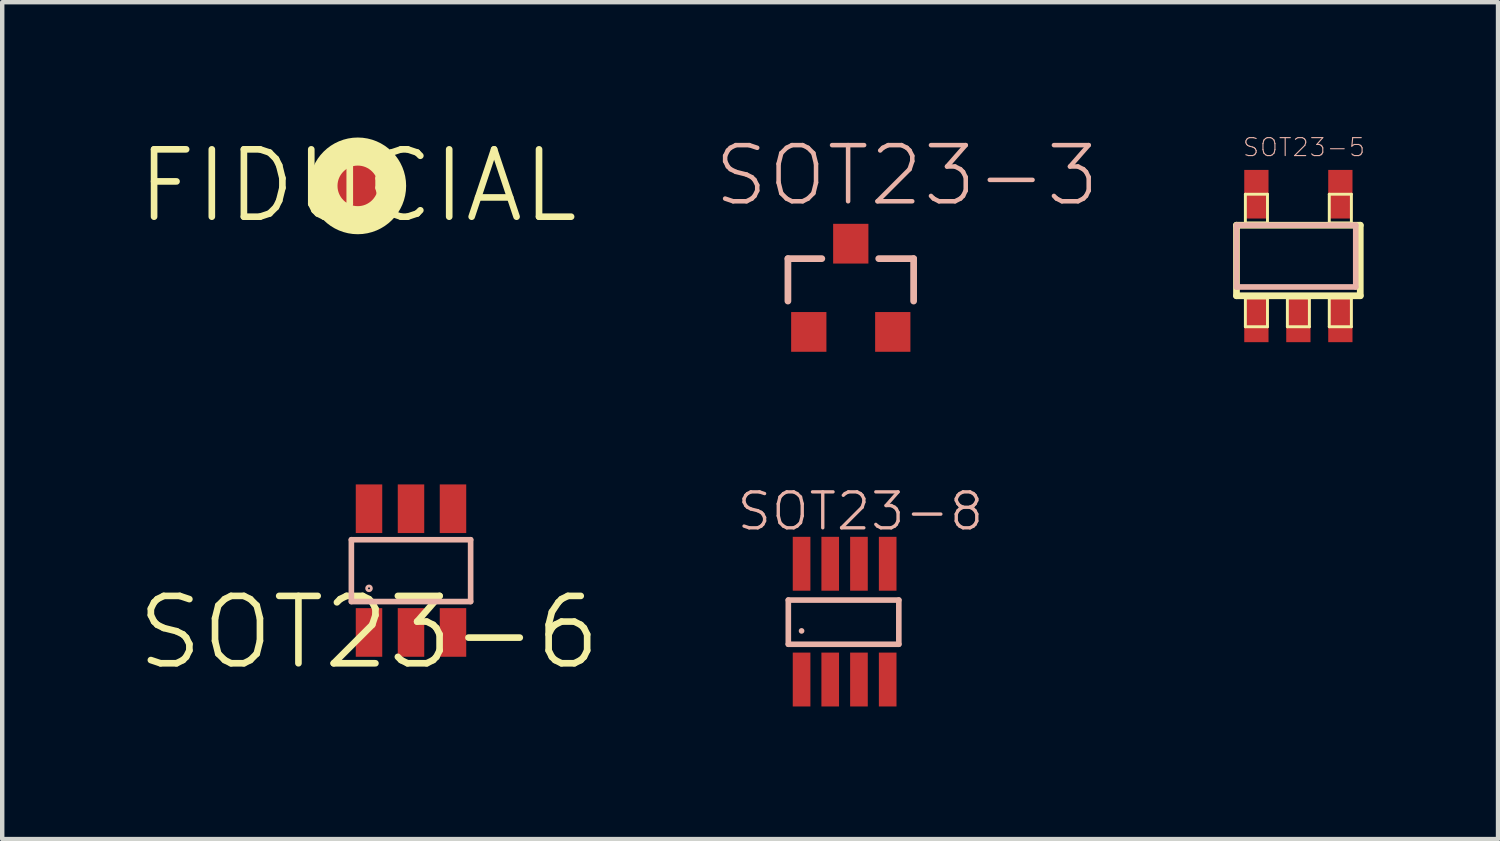
<source format=kicad_pcb>
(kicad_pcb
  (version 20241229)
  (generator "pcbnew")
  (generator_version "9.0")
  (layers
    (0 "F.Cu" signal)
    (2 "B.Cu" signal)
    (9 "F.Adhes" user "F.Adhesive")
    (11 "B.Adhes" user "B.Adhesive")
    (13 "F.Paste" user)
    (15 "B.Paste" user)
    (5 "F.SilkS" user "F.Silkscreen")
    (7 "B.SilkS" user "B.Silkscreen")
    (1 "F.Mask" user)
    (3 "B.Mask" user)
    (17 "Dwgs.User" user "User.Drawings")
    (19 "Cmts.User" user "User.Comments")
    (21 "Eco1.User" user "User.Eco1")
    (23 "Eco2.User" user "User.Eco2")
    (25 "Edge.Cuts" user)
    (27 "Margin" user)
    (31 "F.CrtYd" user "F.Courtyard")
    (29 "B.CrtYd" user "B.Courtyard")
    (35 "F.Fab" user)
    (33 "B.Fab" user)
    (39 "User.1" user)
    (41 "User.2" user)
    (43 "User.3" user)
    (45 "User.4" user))
  (footprint "FIDUCIAL"
    (layer "F.Cu")
    (at 5.044 1.155)
    (property "Reference" "FIDUCIAL" (at 0 0 0) (layer "F.SilkS") (effects (font (size 1.524 1.524) (thickness 0.15))))
    (attr smd)
    (fp_circle (center 0 0) (end -0.549 0.549) (stroke (width 0.635) (type solid)) (fill no) (layer "F.SilkS"))
    (pad "P$1" smd circle (at 0 0) (size 0.998 0.998) (layers "F.Cu" "F.Mask" "F.Paste")))
  (footprint "SOT23-5"
    (layer "F.Cu")
    (at 26.323 2.843)
    (property "Reference" "SOT23-5" (at 0.127 -2.56 0) (layer "B.SilkS") (effects (font (size 0.406 0.406) (thickness 0.025))))
    (attr smd)
    (fp_line (start -1.4 -0.798) (end -1.4 0.798) (stroke (width 0.152) (type solid)) (layer "F.SilkS"))
    (fp_line (start -1.4 -0.798) (end 1.4 -0.798) (stroke (width 0.152) (type solid)) (layer "F.SilkS"))
    (fp_line (start -1.199 -1.499) (end -0.699 -1.499) (stroke (width 0.066) (type solid)) (layer "F.SilkS"))
    (fp_line (start -1.199 -0.848) (end -1.199 -1.499) (stroke (width 0.066) (type solid)) (layer "F.SilkS"))
    (fp_line (start -1.199 -0.848) (end -0.699 -0.848) (stroke (width 0.066) (type solid)) (layer "F.SilkS"))
    (fp_line (start -1.199 0.848) (end -0.699 0.848) (stroke (width 0.066) (type solid)) (layer "F.SilkS"))
    (fp_line (start -1.199 1.499) (end -1.199 0.848) (stroke (width 0.066) (type solid)) (layer "F.SilkS"))
    (fp_line (start -1.199 1.499) (end -0.699 1.499) (stroke (width 0.066) (type solid)) (layer "F.SilkS"))
    (fp_line (start -0.699 -0.848) (end -0.699 -1.499) (stroke (width 0.066) (type solid)) (layer "F.SilkS"))
    (fp_line (start -0.699 1.499) (end -0.699 0.848) (stroke (width 0.066) (type solid)) (layer "F.SilkS"))
    (fp_line (start -0.249 0.848) (end 0.249 0.848) (stroke (width 0.066) (type solid)) (layer "F.SilkS"))
    (fp_line (start -0.249 1.499) (end -0.249 0.848) (stroke (width 0.066) (type solid)) (layer "F.SilkS"))
    (fp_line (start -0.249 1.499) (end 0.249 1.499) (stroke (width 0.066) (type solid)) (layer "F.SilkS"))
    (fp_line (start 0.249 1.499) (end 0.249 0.848) (stroke (width 0.066) (type solid)) (layer "F.SilkS"))
    (fp_line (start 0.699 -1.499) (end 1.199 -1.499) (stroke (width 0.066) (type solid)) (layer "F.SilkS"))
    (fp_line (start 0.699 -0.848) (end 0.699 -1.499) (stroke (width 0.066) (type solid)) (layer "F.SilkS"))
    (fp_line (start 0.699 -0.848) (end 1.199 -0.848) (stroke (width 0.066) (type solid)) (layer "F.SilkS"))
    (fp_line (start 0.699 0.848) (end 1.199 0.848) (stroke (width 0.066) (type solid)) (layer "F.SilkS"))
    (fp_line (start 0.699 1.499) (end 0.699 0.848) (stroke (width 0.066) (type solid)) (layer "F.SilkS"))
    (fp_line (start 0.699 1.499) (end 1.199 1.499) (stroke (width 0.066) (type solid)) (layer "F.SilkS"))
    (fp_line (start 1.199 -0.848) (end 1.199 -1.499) (stroke (width 0.066) (type solid)) (layer "F.SilkS"))
    (fp_line (start 1.199 1.499) (end 1.199 0.848) (stroke (width 0.066) (type solid)) (layer "F.SilkS"))
    (fp_line (start 1.4 -0.798) (end 1.4 0.798) (stroke (width 0.152) (type solid)) (layer "F.SilkS"))
    (fp_line (start 1.4 0.798) (end -1.4 0.798) (stroke (width 0.152) (type solid)) (layer "F.SilkS"))
    (fp_line (start -1.4 -0.798) (end 1.298 -0.798) (stroke (width 0.127) (type solid)) (layer "B.SilkS"))
    (fp_line (start -1.4 0.599) (end -1.4 -0.798) (stroke (width 0.127) (type solid)) (layer "B.SilkS"))
    (fp_line (start 1.298 -0.798) (end 1.298 0.599) (stroke (width 0.127) (type solid)) (layer "B.SilkS"))
    (fp_line (start 1.298 0.599) (end -1.4 0.599) (stroke (width 0.127) (type solid)) (layer "B.SilkS"))
    (pad "1" smd rect (at -0.95 1.298) (size 0.549 1.1) (layers "F.Cu" "F.Mask" "F.Paste"))
    (pad "2" smd rect (at 0 1.298) (size 0.549 1.1) (layers "F.Cu" "F.Mask" "F.Paste"))
    (pad "3" smd rect (at 0.95 1.298) (size 0.549 1.1) (layers "F.Cu" "F.Mask" "F.Paste"))
    (pad "4" smd rect (at 0.95 -1.499) (size 0.549 1.1) (layers "F.Cu" "F.Mask" "F.Paste"))
    (pad "5" smd rect (at -0.95 -1.499) (size 0.549 1.1) (layers "F.Cu" "F.Mask" "F.Paste")))
  (footprint "SOT23-6"
    (layer "F.Cu")
    (at 5.298 11.258)
    (property "Reference" "SOT23-6" (at 0 0 0) (layer "F.SilkS") (effects (font (size 1.524 1.524) (thickness 0.15))))
    (attr smd)
    (fp_line (start -0.399 -2.098) (end 2.299 -2.098) (stroke (width 0.127) (type solid)) (layer "B.SilkS"))
    (fp_line (start -0.399 -0.699) (end -0.399 -2.098) (stroke (width 0.127) (type solid)) (layer "B.SilkS"))
    (fp_line (start 2.299 -2.098) (end 2.299 -0.699) (stroke (width 0.127) (type solid)) (layer "B.SilkS"))
    (fp_line (start 2.299 -0.699) (end -0.399 -0.699) (stroke (width 0.127) (type solid)) (layer "B.SilkS"))
    (fp_circle (center 0 -0.998) (end -0.038 -1.036) (stroke (width 0.064) (type solid)) (fill no) (layer "B.SilkS"))
    (pad "1" smd rect (at 0 0 90) (size 1.1 0.599) (layers "F.Cu" "F.Mask" "F.Paste"))
    (pad "2" smd rect (at 0.95 0 90) (size 1.1 0.599) (layers "F.Cu" "F.Mask" "F.Paste"))
    (pad "3" smd rect (at 1.9 0 90) (size 1.1 0.599) (layers "F.Cu" "F.Mask" "F.Paste"))
    (pad "4" smd rect (at 1.9 -2.799 90) (size 1.1 0.599) (layers "F.Cu" "F.Mask" "F.Paste"))
    (pad "5" smd rect (at 0.95 -2.799 90) (size 1.1 0.599) (layers "F.Cu" "F.Mask" "F.Paste"))
    (pad "6" smd rect (at 0 -2.799 90) (size 1.1 0.599) (layers "F.Cu" "F.Mask" "F.Paste")))
  (footprint "SOT23-3"
    (layer "F.Cu")
    (at 16.197 3.461)
    (property "Reference" "SOT23-3" (at 1.27 -2.54 0) (layer "B.SilkS") (effects (font (size 1.27 1.27) (thickness 0.102))))
    (attr smd)
    (fp_line (start -1.422 -0.66) (end -0.655 -0.66) (stroke (width 0.152) (type solid)) (layer "B.SilkS"))
    (fp_line (start -1.422 0.3) (end -1.422 -0.66) (stroke (width 0.152) (type solid)) (layer "B.SilkS"))
    (fp_line (start 0.632 -0.66) (end 1.422 -0.66) (stroke (width 0.152) (type solid)) (layer "B.SilkS"))
    (fp_line (start 1.422 -0.66) (end 1.422 0.3) (stroke (width 0.152) (type solid)) (layer "B.SilkS"))
    (pad "1" smd rect (at -0.95 0.998) (size 0.798 0.899) (layers "F.Cu" "F.Mask" "F.Paste"))
    (pad "2" smd rect (at 0.95 0.998) (size 0.798 0.899) (layers "F.Cu" "F.Mask" "F.Paste"))
    (pad "3" smd rect (at 0 -0.998) (size 0.798 0.899) (layers "F.Cu" "F.Mask" "F.Paste")))
  (footprint "SOT23-8"
    (layer "F.Cu")
    (at 15.084 12.323)
    (property "Reference" "SOT23-8" (at 1.331 -3.805 0) (layer "B.SilkS") (effects (font (size 0.813 0.813) (thickness 0.076))))
    (attr smd)
    (fp_line (start -0.3 -1.798) (end 2.2 -1.798) (stroke (width 0.127) (type solid)) (layer "B.SilkS"))
    (fp_line (start -0.3 -0.798) (end -0.3 -1.798) (stroke (width 0.127) (type solid)) (layer "B.SilkS"))
    (fp_line (start 2.2 -1.798) (end 2.2 -0.798) (stroke (width 0.127) (type solid)) (layer "B.SilkS"))
    (fp_line (start 2.2 -0.798) (end -0.3 -0.798) (stroke (width 0.127) (type solid)) (layer "B.SilkS"))
    (fp_circle (center 0 -1.1) (end -0.023 -1.123) (stroke (width 0.064) (type solid)) (fill no) (layer "B.SilkS"))
    (pad "1" smd rect (at 0 0 90) (size 1.219 0.399) (layers "F.Cu" "F.Mask" "F.Paste"))
    (pad "2" smd rect (at 0.648 0 90) (size 1.219 0.399) (layers "F.Cu" "F.Mask" "F.Paste"))
    (pad "3" smd rect (at 1.298 0 90) (size 1.219 0.399) (layers "F.Cu" "F.Mask" "F.Paste"))
    (pad "4" smd rect (at 1.948 0 90) (size 1.219 0.399) (layers "F.Cu" "F.Mask" "F.Paste"))
    (pad "5" smd rect (at 1.948 -2.619 90) (size 1.219 0.399) (layers "F.Cu" "F.Mask" "F.Paste"))
    (pad "6" smd rect (at 1.298 -2.619 90) (size 1.219 0.399) (layers "F.Cu" "F.Mask" "F.Paste"))
    (pad "7" smd rect (at 0.648 -2.619 90) (size 1.219 0.399) (layers "F.Cu" "F.Mask" "F.Paste"))
    (pad "8" smd rect (at 0 -2.619 90) (size 1.219 0.399) (layers "F.Cu" "F.Mask" "F.Paste")))
  (gr_rect
    (start -3 -3)
    (end 30.84 15.933)
    (stroke (width 0.1) (type default))
    (fill no)
    (layer "Edge.Cuts")))
</source>
